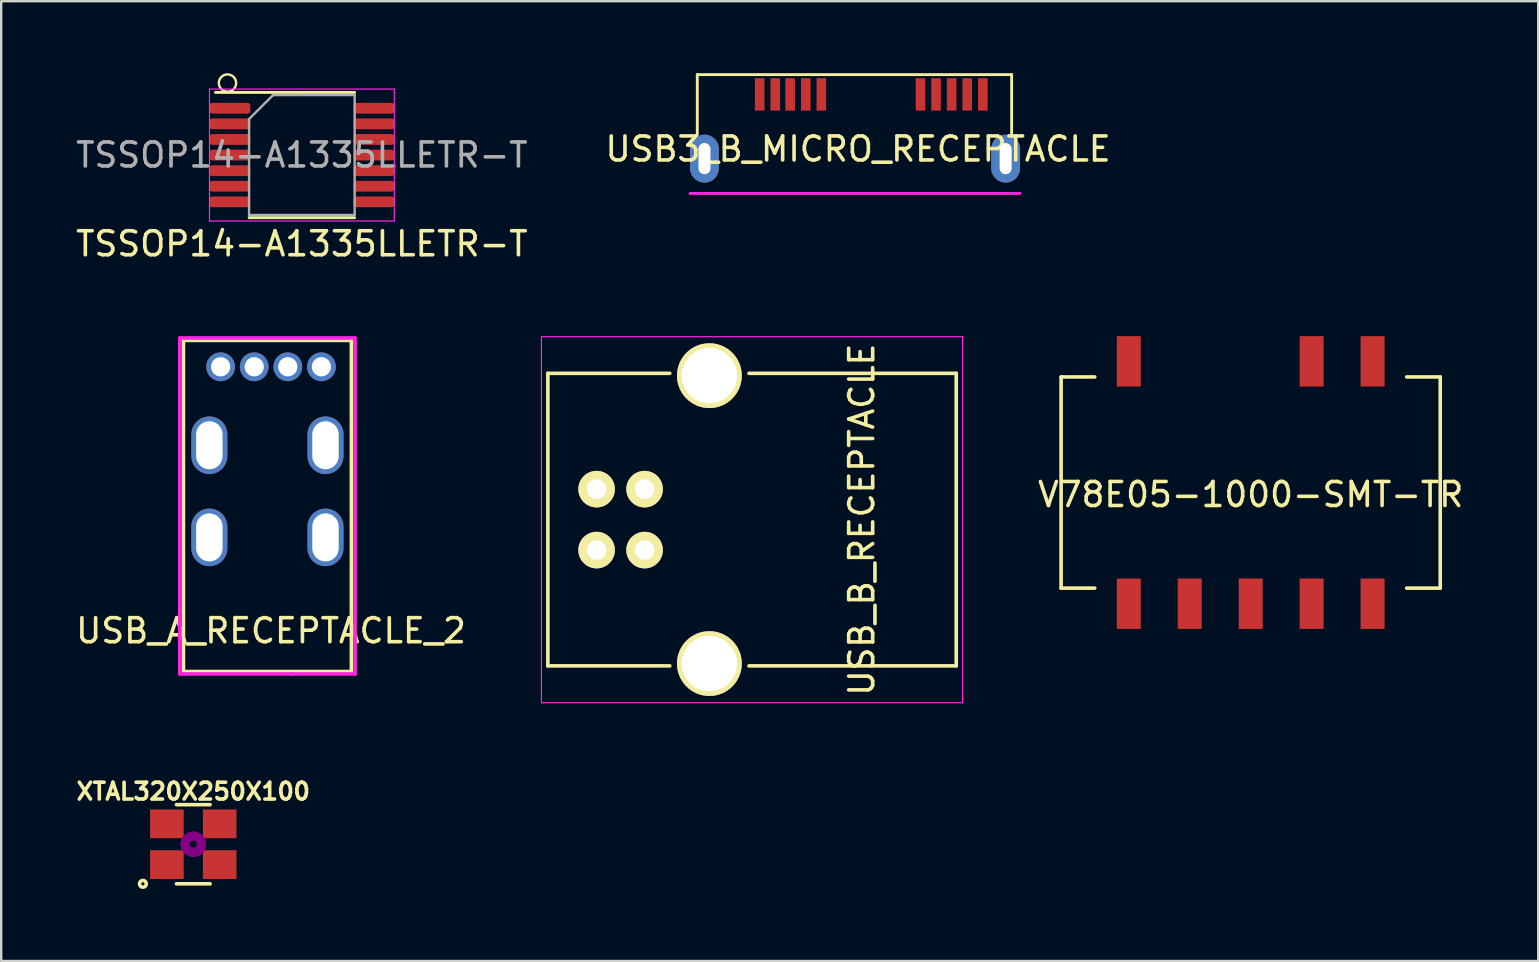
<source format=kicad_pcb>
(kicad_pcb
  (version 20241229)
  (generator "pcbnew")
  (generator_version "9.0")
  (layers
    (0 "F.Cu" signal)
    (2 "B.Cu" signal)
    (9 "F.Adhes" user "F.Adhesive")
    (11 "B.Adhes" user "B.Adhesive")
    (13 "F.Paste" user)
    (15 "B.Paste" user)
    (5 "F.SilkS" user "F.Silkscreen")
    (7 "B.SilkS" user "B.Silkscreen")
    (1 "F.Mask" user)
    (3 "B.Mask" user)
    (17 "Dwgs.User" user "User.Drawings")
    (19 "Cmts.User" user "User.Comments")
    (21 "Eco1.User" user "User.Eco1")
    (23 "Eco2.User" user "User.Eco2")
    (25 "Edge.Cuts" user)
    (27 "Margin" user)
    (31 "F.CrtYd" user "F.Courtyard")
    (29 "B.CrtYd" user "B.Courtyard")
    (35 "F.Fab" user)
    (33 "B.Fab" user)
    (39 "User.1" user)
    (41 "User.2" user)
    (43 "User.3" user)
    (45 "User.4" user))
  (footprint "XTAL320X250X100"
    (layer "F.Cu")
    (at 5.005 32.132)
    (property "Reference" "XTAL320X250X100" (at 0 -2.2 0) (layer "F.SilkS") (effects (font (size 0.7 0.7) (thickness 0.15))))
    (attr smd)
    (fp_line (start -0.701 -1.649) (end 0.701 -1.649) (stroke (width 0.15) (type solid)) (layer "F.SilkS"))
    (fp_line (start 0.701 1.649) (end -0.701 1.649) (stroke (width 0.15) (type solid)) (layer "F.SilkS"))
    (fp_circle (center -2.1 1.65) (end -1.999 1.749) (stroke (width 0.15) (type solid)) (fill no) (layer "F.SilkS"))
    (fp_circle (center 0 0) (end 0.15 0) (stroke (width 0.381) (type solid)) (fill no) (layer "F.Adhes"))
    (fp_circle (center 0 0) (end 0.15 0) (stroke (width 0.381) (type solid)) (fill no) (layer "F.Adhes"))
    (pad "1" smd rect (at -1.1 0.85) (size 1.4 1.2) (layers "F.Cu" "F.Mask" "F.Paste"))
    (pad "2" smd rect (at 1.1 0.85) (size 1.4 1.2) (layers "F.Cu" "F.Mask" "F.Paste"))
    (pad "3" smd rect (at 1.1 -0.85) (size 1.4 1.2) (layers "F.Cu" "F.Mask" "F.Paste"))
    (pad "4" smd rect (at -1.1 -0.85) (size 1.4 1.2) (layers "F.Cu" "F.Mask" "F.Paste")))
  (footprint "USB_A_RECEPTACLE_2"
    (layer "F.Cu")
    (at 8.244 12.235)
    (property "Reference" "USB_A_RECEPTACLE_2" (at 0 11 0) (layer "F.SilkS") (effects (font (size 1 1) (thickness 0.15))))
    (attr through_hole)
    (fp_line (start -3.65 -1.1) (end -3.65 12.7) (stroke (width 0.152) (type solid)) (layer "F.SilkS"))
    (fp_line (start -3.65 -1.1) (end 3.35 -1.1) (stroke (width 0.152) (type solid)) (layer "F.SilkS"))
    (fp_line (start 3.35 -1.1) (end 3.35 12.7) (stroke (width 0.152) (type solid)) (layer "F.SilkS"))
    (fp_line (start 3.35 12.7) (end -3.65 12.7) (stroke (width 0.152) (type solid)) (layer "F.SilkS"))
    (fp_line (start -3.8 -1.2) (end 3.5 -1.2) (stroke (width 0.152) (type solid)) (layer "F.CrtYd"))
    (fp_line (start -3.8 3.9) (end -3.8 -1.2) (stroke (width 0.152) (type solid)) (layer "F.CrtYd"))
    (fp_line (start -3.8 12.3) (end -3.8 3.9) (stroke (width 0.152) (type solid)) (layer "F.CrtYd"))
    (fp_line (start -3.8 12.8) (end -3.8 12.3) (stroke (width 0.152) (type solid)) (layer "F.CrtYd"))
    (fp_line (start 0.9 12.8) (end -3.8 12.8) (stroke (width 0.152) (type solid)) (layer "F.CrtYd"))
    (fp_line (start 3.5 -1.2) (end 3.5 12.8) (stroke (width 0.152) (type solid)) (layer "F.CrtYd"))
    (fp_line (start 3.5 12.8) (end 0.9 12.8) (stroke (width 0.152) (type solid)) (layer "F.CrtYd"))
    (pad "1" thru_hole circle (at 2.1 0) (size 1.2 1.2) (drill 0.8) (layers "*.Cu" "*.Mask"))
    (pad "2" thru_hole circle (at 0.7 0) (size 1.2 1.2) (drill 0.8) (layers "*.Cu" "*.Mask"))
    (pad "3" thru_hole circle (at -0.7 0) (size 1.2 1.2) (drill 0.8) (layers "*.Cu" "*.Mask"))
    (pad "4" thru_hole circle (at -2.1 0) (size 1.2 1.2) (drill 0.8) (layers "*.Cu" "*.Mask"))
    (pad "5" thru_hole oval (at -2.57 3.27) (size 1.5 2.4) (drill oval 1.1 2) (layers "*.Cu" "*.Mask"))
    (pad "5" thru_hole oval (at -2.57 7.11) (size 1.5 2.4) (drill oval 1.1 2) (layers "*.Cu" "*.Mask"))
    (pad "5" thru_hole oval (at 2.27 3.27) (size 1.5 2.4) (drill oval 1.1 2) (layers "*.Cu" "*.Mask"))
    (pad "5" thru_hole oval (at 2.27 7.11) (size 1.5 2.4) (drill oval 1.1 2) (layers "*.Cu" "*.Mask")))
  (footprint "V78E05-1000-SMT-TR"
    (layer "F.Cu")
    (at 49.07 17.059)
    (property "Reference" "V78E05-1000-SMT-TR" (at 0 0.5 0) (layer "F.SilkS") (effects (font (size 1 1) (thickness 0.15))))
    (attr through_hole)
    (fp_line (start -7.9 -4.4) (end -7.9 4.4) (stroke (width 0.15) (type solid)) (layer "F.SilkS"))
    (fp_line (start -7.9 -4.4) (end -6.5 -4.4) (stroke (width 0.15) (type solid)) (layer "F.SilkS"))
    (fp_line (start -7.9 4.4) (end -6.5 4.4) (stroke (width 0.15) (type solid)) (layer "F.SilkS"))
    (fp_line (start 7.9 -4.4) (end 6.5 -4.4) (stroke (width 0.15) (type solid)) (layer "F.SilkS"))
    (fp_line (start 7.9 -4.4) (end 7.9 4.4) (stroke (width 0.15) (type solid)) (layer "F.SilkS"))
    (fp_line (start 7.9 4.4) (end 6.5 4.4) (stroke (width 0.15) (type solid)) (layer "F.SilkS"))
    (pad "1" smd rect (at -5.08 5.05) (size 1 2.1) (layers "F.Cu" "F.Mask" "F.Paste"))
    (pad "2" smd rect (at -2.54 5.05) (size 1 2.1) (layers "F.Cu" "F.Mask" "F.Paste"))
    (pad "3" smd rect (at 0 5.05) (size 1 2.1) (layers "F.Cu" "F.Mask" "F.Paste"))
    (pad "4" smd rect (at 2.54 5.05) (size 1 2.1) (layers "F.Cu" "F.Mask" "F.Paste"))
    (pad "5" smd rect (at 5.08 5.05) (size 1 2.1) (layers "F.Cu" "F.Mask" "F.Paste"))
    (pad "6" smd rect (at 5.08 -5.05) (size 1 2.1) (layers "F.Cu" "F.Mask" "F.Paste"))
    (pad "7" smd rect (at 2.54 -5.05) (size 1 2.1) (layers "F.Cu" "F.Mask" "F.Paste"))
    (pad "10" smd rect (at -5.08 -5.05) (size 1 2.1) (layers "F.Cu" "F.Mask" "F.Paste")))
  (footprint "USB_B_RECEPTACLE"
    (layer "F.Cu")
    (at 21.813 17.334)
    (property "Reference" "USB_B_RECEPTACLE" (at 11.049 1.27 90) (layer "F.SilkS") (effects (font (size 1 1) (thickness 0.15))))
    (attr through_hole)
    (fp_line (start -2.032 -4.826) (end 3.048 -4.826) (stroke (width 0.15) (type solid)) (layer "F.SilkS"))
    (fp_line (start -2.032 7.366) (end -2.032 -4.826) (stroke (width 0.15) (type solid)) (layer "F.SilkS"))
    (fp_line (start -2.032 7.366) (end 3.048 7.366) (stroke (width 0.15) (type solid)) (layer "F.SilkS"))
    (fp_line (start 6.35 -4.826) (end 14.986 -4.826) (stroke (width 0.15) (type solid)) (layer "F.SilkS"))
    (fp_line (start 6.35 7.366) (end 14.986 7.366) (stroke (width 0.15) (type solid)) (layer "F.SilkS"))
    (fp_line (start 14.986 -4.826) (end 14.986 7.366) (stroke (width 0.15) (type solid)) (layer "F.SilkS"))
    (fp_line (start -2.3 -6.35) (end 15.25 -6.35) (stroke (width 0.05) (type solid)) (layer "F.CrtYd"))
    (fp_line (start -2.3 8.9) (end -2.3 -6.35) (stroke (width 0.05) (type solid)) (layer "F.CrtYd"))
    (fp_line (start 15.25 -6.35) (end 15.25 8.9) (stroke (width 0.05) (type solid)) (layer "F.CrtYd"))
    (fp_line (start 15.25 8.9) (end -2.3 8.9) (stroke (width 0.05) (type solid)) (layer "F.CrtYd"))
    (pad "1" thru_hole circle (at 0 0 270) (size 1.524 1.524) (drill 0.813) (layers "*.Cu" "*.Mask" "F.SilkS"))
    (pad "2" thru_hole circle (at 0 2.54 270) (size 1.524 1.524) (drill 0.813) (layers "*.Cu" "*.Mask" "F.SilkS"))
    (pad "3" thru_hole circle (at 1.999 2.54 270) (size 1.524 1.524) (drill 0.813) (layers "*.Cu" "*.Mask" "F.SilkS"))
    (pad "4" thru_hole circle (at 1.999 0 270) (size 1.524 1.524) (drill 0.813) (layers "*.Cu" "*.Mask" "F.SilkS"))
    (pad "5" thru_hole circle (at 4.699 -4.729 270) (size 2.7 2.7) (drill 2.301) (layers "*.Cu" "*.Mask" "F.SilkS"))
    (pad "5" thru_hole circle (at 4.699 7.269 270) (size 2.7 2.7) (drill 2.301) (layers "*.Cu" "*.Mask" "F.SilkS")))
  (footprint "TSSOP14-A1335LLETR-T"
    (layer "F.Cu")
    (at 9.53 3.411)
    (property "Reference" "TSSOP14-A1335LLETR-T" (at 0 3.7 0) (layer "F.SilkS") (effects (font (size 1 1) (thickness 0.15))))
    (attr smd)
    (fp_line (start 0 -2.61) (end -3.6 -2.61) (stroke (width 0.12) (type solid)) (layer "F.SilkS"))
    (fp_line (start 0 -2.61) (end 2.2 -2.61) (stroke (width 0.12) (type solid)) (layer "F.SilkS"))
    (fp_line (start 0 2.61) (end -2.2 2.61) (stroke (width 0.12) (type solid)) (layer "F.SilkS"))
    (fp_line (start 0 2.61) (end 2.2 2.61) (stroke (width 0.12) (type solid)) (layer "F.SilkS"))
    (fp_circle (center -3.1 -3) (end -2.9 -2.7) (stroke (width 0.1) (type default)) (fill no) (layer "F.SilkS"))
    (fp_line (start -3.85 -2.75) (end -3.85 2.75) (stroke (width 0.05) (type solid)) (layer "F.CrtYd"))
    (fp_line (start -3.85 2.75) (end 3.85 2.75) (stroke (width 0.05) (type solid)) (layer "F.CrtYd"))
    (fp_line (start 3.85 -2.75) (end -3.85 -2.75) (stroke (width 0.05) (type solid)) (layer "F.CrtYd"))
    (fp_line (start 3.85 2.75) (end 3.85 -2.75) (stroke (width 0.05) (type solid)) (layer "F.CrtYd"))
    (fp_line (start -2.2 -1.5) (end -1.2 -2.5) (stroke (width 0.1) (type solid)) (layer "F.Fab"))
    (fp_line (start -2.2 2.5) (end -2.2 -1.5) (stroke (width 0.1) (type solid)) (layer "F.Fab"))
    (fp_line (start -1.2 -2.5) (end 2.2 -2.5) (stroke (width 0.1) (type solid)) (layer "F.Fab"))
    (fp_line (start 2.2 -2.5) (end 2.2 2.5) (stroke (width 0.1) (type solid)) (layer "F.Fab"))
    (fp_line (start 2.2 2.5) (end -2.2 2.5) (stroke (width 0.1) (type solid)) (layer "F.Fab"))
    (fp_text user "${REFERENCE}" (at 0 0 0) (layer "F.Fab") (effects (font (size 1 1) (thickness 0.15))))
    (pad "1" smd roundrect (at -3 -1.95) (size 1.7 0.45) (layers "F.Cu" "F.Mask" "F.Paste") (roundrect_rratio 0.25))
    (pad "2" smd roundrect (at -3 -1.3) (size 1.7 0.45) (layers "F.Cu" "F.Mask" "F.Paste") (roundrect_rratio 0.25))
    (pad "3" smd roundrect (at -3 -0.65) (size 1.7 0.45) (layers "F.Cu" "F.Mask" "F.Paste") (roundrect_rratio 0.25))
    (pad "4" smd roundrect (at -3 0) (size 1.7 0.45) (layers "F.Cu" "F.Mask" "F.Paste") (roundrect_rratio 0.25))
    (pad "5" smd roundrect (at -3 0.65) (size 1.7 0.45) (layers "F.Cu" "F.Mask" "F.Paste") (roundrect_rratio 0.25))
    (pad "6" smd roundrect (at -3 1.3) (size 1.7 0.45) (layers "F.Cu" "F.Mask" "F.Paste") (roundrect_rratio 0.25))
    (pad "7" smd roundrect (at -3 1.95) (size 1.7 0.45) (layers "F.Cu" "F.Mask" "F.Paste") (roundrect_rratio 0.25))
    (pad "8" smd roundrect (at 3 1.95) (size 1.7 0.45) (layers "F.Cu" "F.Mask" "F.Paste") (roundrect_rratio 0.25))
    (pad "9" smd roundrect (at 3 1.3) (size 1.7 0.45) (layers "F.Cu" "F.Mask" "F.Paste") (roundrect_rratio 0.25))
    (pad "10" smd roundrect (at 3 0.65) (size 1.7 0.45) (layers "F.Cu" "F.Mask" "F.Paste") (roundrect_rratio 0.25))
    (pad "11" smd roundrect (at 3 0) (size 1.7 0.45) (layers "F.Cu" "F.Mask" "F.Paste") (roundrect_rratio 0.25))
    (pad "12" smd roundrect (at 3 -0.65) (size 1.7 0.45) (layers "F.Cu" "F.Mask" "F.Paste") (roundrect_rratio 0.25))
    (pad "13" smd roundrect (at 3 -1.3) (size 1.7 0.45) (layers "F.Cu" "F.Mask" "F.Paste") (roundrect_rratio 0.25))
    (pad "14" smd roundrect (at 3 -1.95) (size 1.7 0.45) (layers "F.Cu" "F.Mask" "F.Paste") (roundrect_rratio 0.25)))
  (footprint "USB3_B_MICRO_RECEPTACLE"
    (layer "F.Cu")
    (at 26.308 3.56)
    (property "Reference" "USB3_B_MICRO_RECEPTACLE" (at 6.4 -0.4 0) (layer "F.SilkS") (effects (font (size 1 1) (thickness 0.15))))
    (attr through_hole)
    (fp_line (start -0.3 -3.5) (end 12.8 -3.5) (stroke (width 0.12) (type solid)) (layer "F.SilkS"))
    (fp_line (start -0.3 -1) (end -0.3 -3.5) (stroke (width 0.12) (type solid)) (layer "F.SilkS"))
    (fp_line (start 12.8 -1) (end 12.8 -3.5) (stroke (width 0.12) (type solid)) (layer "F.SilkS"))
    (fp_line (start -0.6 1.45) (end 13.15 1.45) (stroke (width 0.12) (type solid)) (layer "F.CrtYd"))
    (pad "1" smd rect (at 2.3 -2.675) (size 0.4 1.35) (layers "F.Cu" "F.Mask" "F.Paste"))
    (pad "2" smd rect (at 2.95 -2.675) (size 0.4 1.35) (layers "F.Cu" "F.Mask" "F.Paste"))
    (pad "3" smd rect (at 3.57 -2.675) (size 0.4 1.35) (layers "F.Cu" "F.Mask" "F.Paste"))
    (pad "4" smd rect (at 4.22 -2.675) (size 0.4 1.35) (layers "F.Cu" "F.Mask" "F.Paste"))
    (pad "5" smd rect (at 4.87 -2.675) (size 0.4 1.35) (layers "F.Cu" "F.Mask" "F.Paste"))
    (pad "6" smd rect (at 9 -2.675) (size 0.4 1.35) (layers "F.Cu" "F.Mask" "F.Paste"))
    (pad "7" smd rect (at 9.65 -2.675) (size 0.4 1.35) (layers "F.Cu" "F.Mask" "F.Paste"))
    (pad "8" smd rect (at 10.3 -2.675) (size 0.4 1.35) (layers "F.Cu" "F.Mask" "F.Paste"))
    (pad "9" smd rect (at 10.95 -2.675) (size 0.4 1.35) (layers "F.Cu" "F.Mask" "F.Paste"))
    (pad "10" smd rect (at 11.6 -2.675) (size 0.4 1.35) (layers "F.Cu" "F.Mask" "F.Paste"))
    (pad "SHLD" thru_hole oval (at 0 0) (size 1.2 2) (drill oval 0.5 1.3) (layers "*.Cu" "*.Mask"))
    (pad "SHLD" thru_hole oval (at 12.55 0) (size 1.2 2) (drill oval 0.5 1.3) (layers "*.Cu" "*.Mask")))
  (gr_rect
    (start -3 -3)
    (end 61.052 36.998)
    (stroke (width 0.1) (type default))
    (fill no)
    (layer "Edge.Cuts")))
</source>
